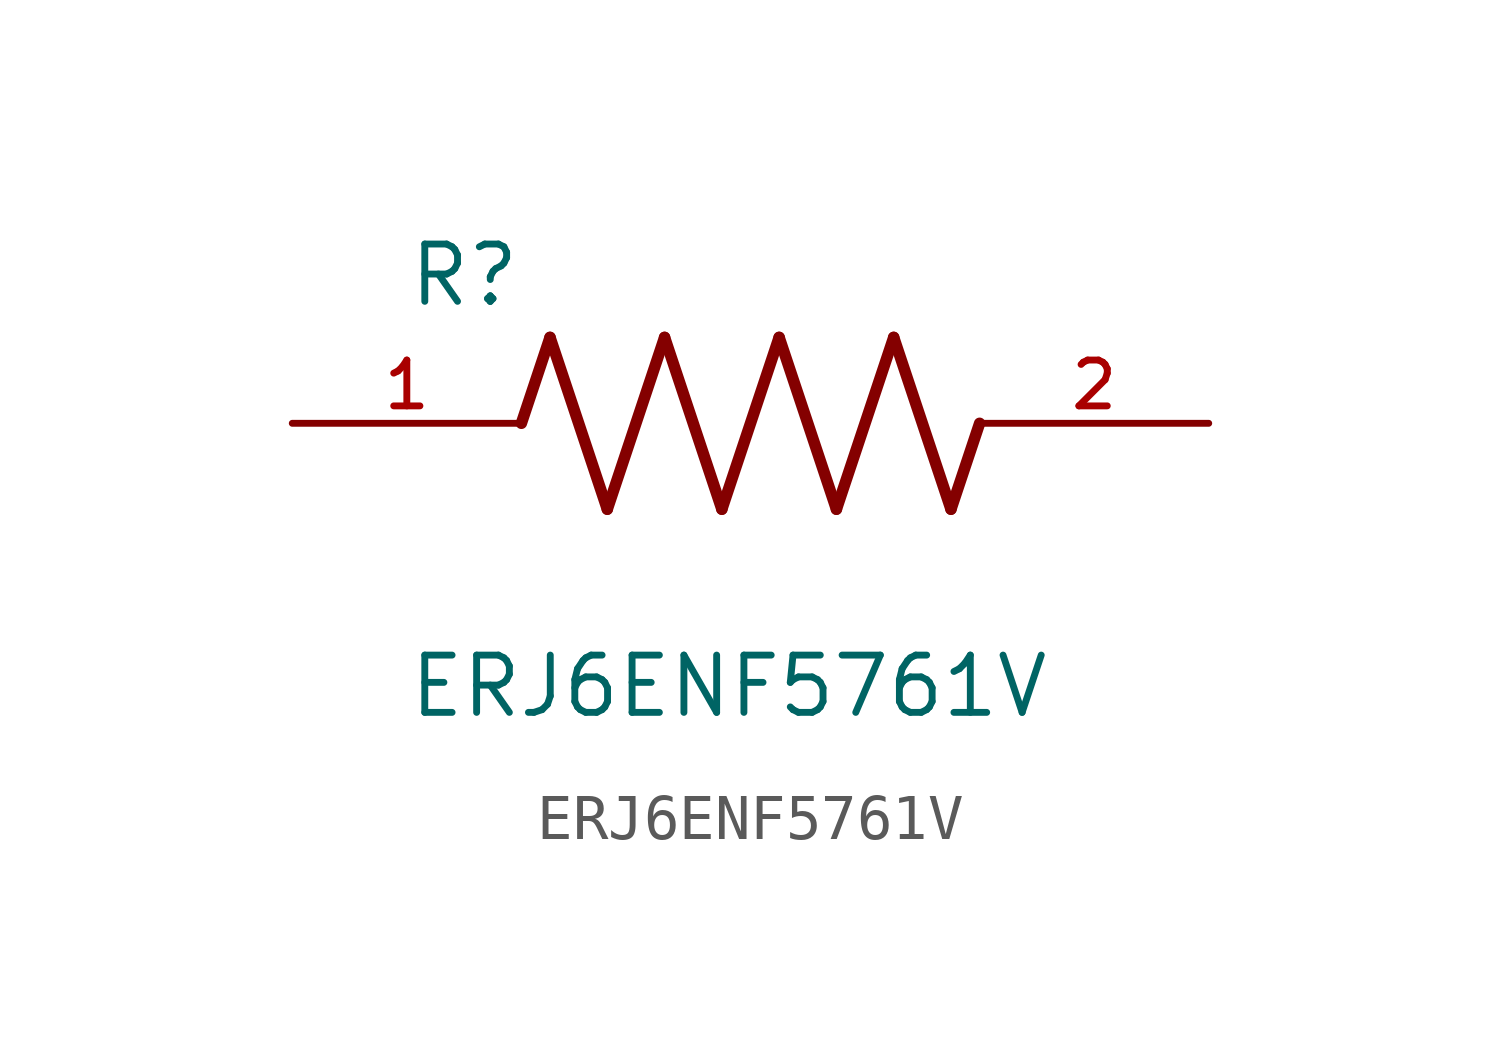
<source format=kicad_sym>
(kicad_symbol_lib
  (version 20211014)
  (generator kicad_symbol_editor)
  (symbol "ERJ6ENF5761V"
    (pin_names
      (offset 1.016))
    (property "Reference" "R"
      (at -7.624 2.541 0)
      (effects (font (size 1.27 1.27)) (justify bottom left)))
    (property "Value" "ERJ6ENF5761V"
      (at -7.624 -5.087 0)
      (effects (font (size 1.27 1.27)) (justify top left)))
    (symbol "ERJ6ENF5761V_0_0"
      (polyline (pts (xy -5.08 0.0) (xy -4.445 1.905)) (stroke (width 0.254)))
      (polyline (pts (xy -4.445 1.905) (xy -3.175 -1.905)) (stroke (width 0.254)))
      (polyline (pts (xy -3.175 -1.905) (xy -1.905 1.905)) (stroke (width 0.254)))
      (polyline (pts (xy -1.905 1.905) (xy -0.635 -1.905)) (stroke (width 0.254)))
      (polyline (pts (xy -0.635 -1.905) (xy 0.635 1.905)) (stroke (width 0.254)))
      (polyline (pts (xy 0.635 1.905) (xy 1.905 -1.905)) (stroke (width 0.254)))
      (polyline (pts (xy 1.905 -1.905) (xy 3.175 1.905)) (stroke (width 0.254)))
      (polyline (pts (xy 3.175 1.905) (xy 4.445 -1.905)) (stroke (width 0.254)))
      (polyline (pts (xy 4.445 -1.905) (xy 5.08 0.0)) (stroke (width 0.254)))
      (pin passive line (at -10.16 0.0 0) (length 5.08) (name "~" (effects (font (size 1.016 1.016)))) (number "1" (effects (font (size 1.016 1.016)))))
      (pin passive line (at 10.16 0.0 180.0) (length 5.08) (name "~" (effects (font (size 1.016 1.016)))) (number "2" (effects (font (size 1.016 1.016))))))))
</source>
